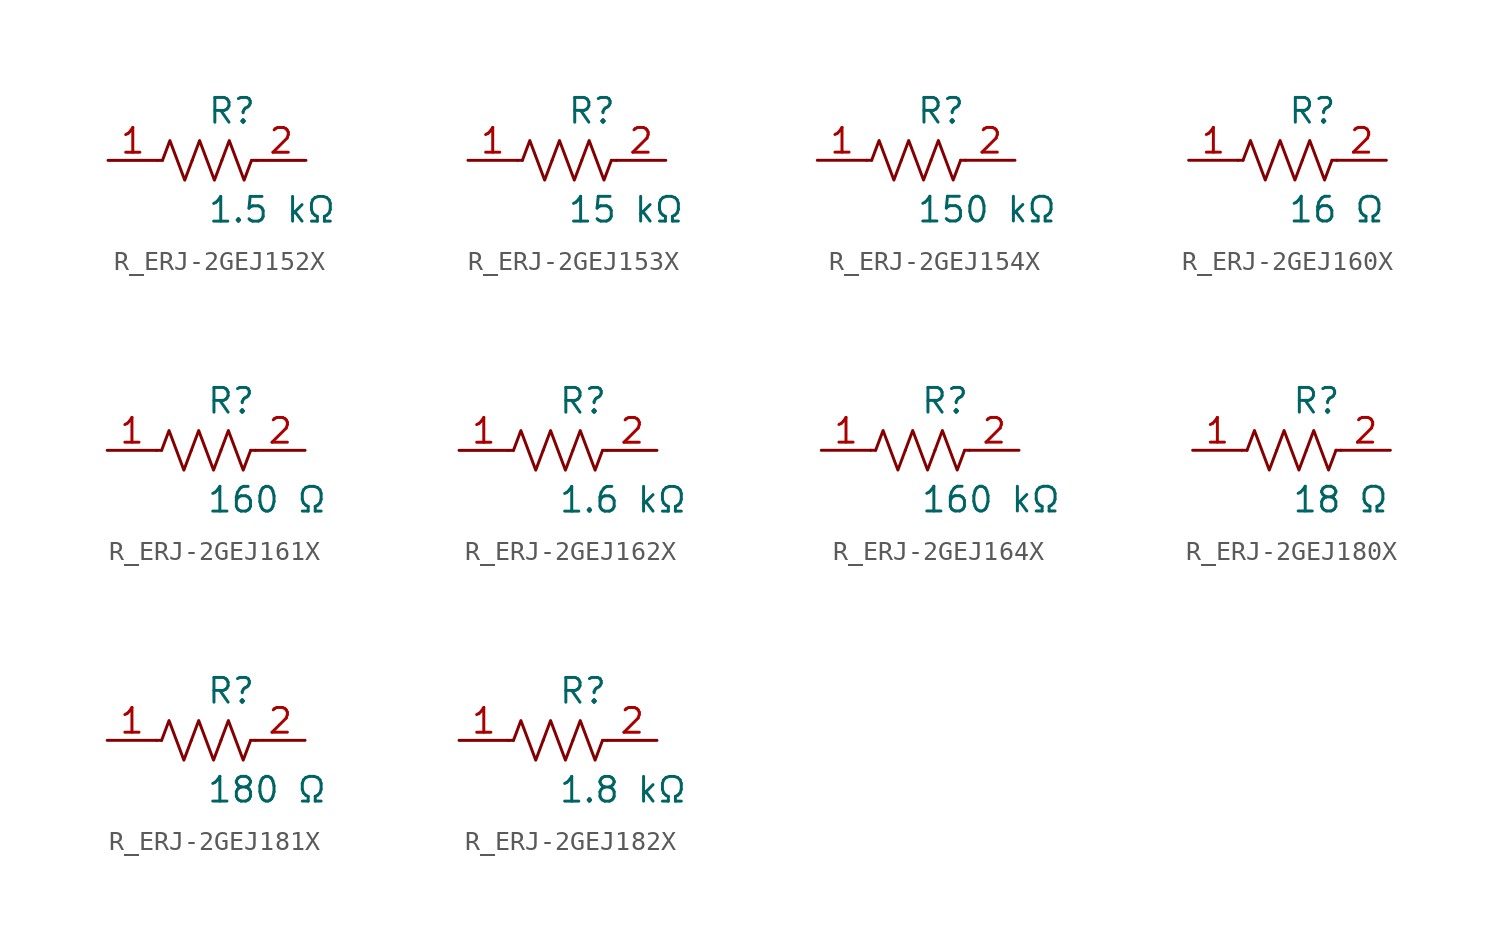
<source format=kicad_sym>
(kicad_symbol_lib
  (version 20231120)
  (generator kicad_symbol_editor)
  (generator_version 8.0)
  (symbol "R_ERJ-2GEJ152X"
    (pin_names
      (offset 0.254))
    (property "Reference" "R"
      (at 0.0 2.54 0)
      (effects (font (size 1.27 1.27)) (justify left)))
    (property "Value" "1.5 kΩ"
      (at 0.0 -2.54 0)
      (effects (font (size 1.27 1.27)) (justify left)))
    (symbol "R_ERJ-2GEJ152X_0_1"
      (polyline (pts (xy 2.286 0) (xy 2.54 0)) (stroke (width 0) (type default)) (fill (type none)))
      (polyline (pts (xy -2.286 0) (xy -2.54 0)) (stroke (width 0) (type default)) (fill (type none)))
      (polyline (pts (xy 0.762 0) (xy 1.143 1.016) (xy 1.524 0) (xy 1.905 -1.016) (xy 2.286 0)) (stroke (width 0) (type default)) (fill (type none)))
      (polyline (pts (xy -0.762 0) (xy -0.381 1.016) (xy 0 0) (xy 0.381 -1.016) (xy 0.762 0)) (stroke (width 0) (type default)) (fill (type none)))
      (polyline (pts (xy -2.286 0) (xy -1.905 1.016) (xy -1.524 0) (xy -1.143 -1.016) (xy -0.762 0)) (stroke (width 0) (type default)) (fill (type none))))
    (pin unspecified line
      (at -5.08 0 0)
      (length 2.54)
      (name "" (effects (font (size 1.27 1.27))))
      (number "1" (effects (font (size 1.27 1.27)))))
    (pin unspecified line
      (at 5.08 0 180)
      (length 2.54)
      (name "" (effects (font (size 1.27 1.27))))
      (number "2" (effects (font (size 1.27 1.27))))))
  (symbol "R_ERJ-2GEJ153X"
    (pin_names
      (offset 0.254))
    (property "Reference" "R"
      (at 0.0 2.54 0)
      (effects (font (size 1.27 1.27)) (justify left)))
    (property "Value" "15 kΩ"
      (at 0.0 -2.54 0)
      (effects (font (size 1.27 1.27)) (justify left)))
    (symbol "R_ERJ-2GEJ153X_0_1"
      (polyline (pts (xy 2.286 0) (xy 2.54 0)) (stroke (width 0) (type default)) (fill (type none)))
      (polyline (pts (xy -2.286 0) (xy -2.54 0)) (stroke (width 0) (type default)) (fill (type none)))
      (polyline (pts (xy 0.762 0) (xy 1.143 1.016) (xy 1.524 0) (xy 1.905 -1.016) (xy 2.286 0)) (stroke (width 0) (type default)) (fill (type none)))
      (polyline (pts (xy -0.762 0) (xy -0.381 1.016) (xy 0 0) (xy 0.381 -1.016) (xy 0.762 0)) (stroke (width 0) (type default)) (fill (type none)))
      (polyline (pts (xy -2.286 0) (xy -1.905 1.016) (xy -1.524 0) (xy -1.143 -1.016) (xy -0.762 0)) (stroke (width 0) (type default)) (fill (type none))))
    (pin unspecified line
      (at -5.08 0 0)
      (length 2.54)
      (name "" (effects (font (size 1.27 1.27))))
      (number "1" (effects (font (size 1.27 1.27)))))
    (pin unspecified line
      (at 5.08 0 180)
      (length 2.54)
      (name "" (effects (font (size 1.27 1.27))))
      (number "2" (effects (font (size 1.27 1.27))))))
  (symbol "R_ERJ-2GEJ154X"
    (pin_names
      (offset 0.254))
    (property "Reference" "R"
      (at 0.0 2.54 0)
      (effects (font (size 1.27 1.27)) (justify left)))
    (property "Value" "150 kΩ"
      (at 0.0 -2.54 0)
      (effects (font (size 1.27 1.27)) (justify left)))
    (symbol "R_ERJ-2GEJ154X_0_1"
      (polyline (pts (xy 2.286 0) (xy 2.54 0)) (stroke (width 0) (type default)) (fill (type none)))
      (polyline (pts (xy -2.286 0) (xy -2.54 0)) (stroke (width 0) (type default)) (fill (type none)))
      (polyline (pts (xy 0.762 0) (xy 1.143 1.016) (xy 1.524 0) (xy 1.905 -1.016) (xy 2.286 0)) (stroke (width 0) (type default)) (fill (type none)))
      (polyline (pts (xy -0.762 0) (xy -0.381 1.016) (xy 0 0) (xy 0.381 -1.016) (xy 0.762 0)) (stroke (width 0) (type default)) (fill (type none)))
      (polyline (pts (xy -2.286 0) (xy -1.905 1.016) (xy -1.524 0) (xy -1.143 -1.016) (xy -0.762 0)) (stroke (width 0) (type default)) (fill (type none))))
    (pin unspecified line
      (at -5.08 0 0)
      (length 2.54)
      (name "" (effects (font (size 1.27 1.27))))
      (number "1" (effects (font (size 1.27 1.27)))))
    (pin unspecified line
      (at 5.08 0 180)
      (length 2.54)
      (name "" (effects (font (size 1.27 1.27))))
      (number "2" (effects (font (size 1.27 1.27))))))
  (symbol "R_ERJ-2GEJ160X"
    (pin_names
      (offset 0.254))
    (property "Reference" "R"
      (at 0.0 2.54 0)
      (effects (font (size 1.27 1.27)) (justify left)))
    (property "Value" "16 Ω"
      (at 0.0 -2.54 0)
      (effects (font (size 1.27 1.27)) (justify left)))
    (symbol "R_ERJ-2GEJ160X_0_1"
      (polyline (pts (xy 2.286 0) (xy 2.54 0)) (stroke (width 0) (type default)) (fill (type none)))
      (polyline (pts (xy -2.286 0) (xy -2.54 0)) (stroke (width 0) (type default)) (fill (type none)))
      (polyline (pts (xy 0.762 0) (xy 1.143 1.016) (xy 1.524 0) (xy 1.905 -1.016) (xy 2.286 0)) (stroke (width 0) (type default)) (fill (type none)))
      (polyline (pts (xy -0.762 0) (xy -0.381 1.016) (xy 0 0) (xy 0.381 -1.016) (xy 0.762 0)) (stroke (width 0) (type default)) (fill (type none)))
      (polyline (pts (xy -2.286 0) (xy -1.905 1.016) (xy -1.524 0) (xy -1.143 -1.016) (xy -0.762 0)) (stroke (width 0) (type default)) (fill (type none))))
    (pin unspecified line
      (at -5.08 0 0)
      (length 2.54)
      (name "" (effects (font (size 1.27 1.27))))
      (number "1" (effects (font (size 1.27 1.27)))))
    (pin unspecified line
      (at 5.08 0 180)
      (length 2.54)
      (name "" (effects (font (size 1.27 1.27))))
      (number "2" (effects (font (size 1.27 1.27))))))
  (symbol "R_ERJ-2GEJ161X"
    (pin_names
      (offset 0.254))
    (property "Reference" "R"
      (at 0.0 2.54 0)
      (effects (font (size 1.27 1.27)) (justify left)))
    (property "Value" "160 Ω"
      (at 0.0 -2.54 0)
      (effects (font (size 1.27 1.27)) (justify left)))
    (symbol "R_ERJ-2GEJ161X_0_1"
      (polyline (pts (xy 2.286 0) (xy 2.54 0)) (stroke (width 0) (type default)) (fill (type none)))
      (polyline (pts (xy -2.286 0) (xy -2.54 0)) (stroke (width 0) (type default)) (fill (type none)))
      (polyline (pts (xy 0.762 0) (xy 1.143 1.016) (xy 1.524 0) (xy 1.905 -1.016) (xy 2.286 0)) (stroke (width 0) (type default)) (fill (type none)))
      (polyline (pts (xy -0.762 0) (xy -0.381 1.016) (xy 0 0) (xy 0.381 -1.016) (xy 0.762 0)) (stroke (width 0) (type default)) (fill (type none)))
      (polyline (pts (xy -2.286 0) (xy -1.905 1.016) (xy -1.524 0) (xy -1.143 -1.016) (xy -0.762 0)) (stroke (width 0) (type default)) (fill (type none))))
    (pin unspecified line
      (at -5.08 0 0)
      (length 2.54)
      (name "" (effects (font (size 1.27 1.27))))
      (number "1" (effects (font (size 1.27 1.27)))))
    (pin unspecified line
      (at 5.08 0 180)
      (length 2.54)
      (name "" (effects (font (size 1.27 1.27))))
      (number "2" (effects (font (size 1.27 1.27))))))
  (symbol "R_ERJ-2GEJ162X"
    (pin_names
      (offset 0.254))
    (property "Reference" "R"
      (at 0.0 2.54 0)
      (effects (font (size 1.27 1.27)) (justify left)))
    (property "Value" "1.6 kΩ"
      (at 0.0 -2.54 0)
      (effects (font (size 1.27 1.27)) (justify left)))
    (symbol "R_ERJ-2GEJ162X_0_1"
      (polyline (pts (xy 2.286 0) (xy 2.54 0)) (stroke (width 0) (type default)) (fill (type none)))
      (polyline (pts (xy -2.286 0) (xy -2.54 0)) (stroke (width 0) (type default)) (fill (type none)))
      (polyline (pts (xy 0.762 0) (xy 1.143 1.016) (xy 1.524 0) (xy 1.905 -1.016) (xy 2.286 0)) (stroke (width 0) (type default)) (fill (type none)))
      (polyline (pts (xy -0.762 0) (xy -0.381 1.016) (xy 0 0) (xy 0.381 -1.016) (xy 0.762 0)) (stroke (width 0) (type default)) (fill (type none)))
      (polyline (pts (xy -2.286 0) (xy -1.905 1.016) (xy -1.524 0) (xy -1.143 -1.016) (xy -0.762 0)) (stroke (width 0) (type default)) (fill (type none))))
    (pin unspecified line
      (at -5.08 0 0)
      (length 2.54)
      (name "" (effects (font (size 1.27 1.27))))
      (number "1" (effects (font (size 1.27 1.27)))))
    (pin unspecified line
      (at 5.08 0 180)
      (length 2.54)
      (name "" (effects (font (size 1.27 1.27))))
      (number "2" (effects (font (size 1.27 1.27))))))
  (symbol "R_ERJ-2GEJ164X"
    (pin_names
      (offset 0.254))
    (property "Reference" "R"
      (at 0.0 2.54 0)
      (effects (font (size 1.27 1.27)) (justify left)))
    (property "Value" "160 kΩ"
      (at 0.0 -2.54 0)
      (effects (font (size 1.27 1.27)) (justify left)))
    (symbol "R_ERJ-2GEJ164X_0_1"
      (polyline (pts (xy 2.286 0) (xy 2.54 0)) (stroke (width 0) (type default)) (fill (type none)))
      (polyline (pts (xy -2.286 0) (xy -2.54 0)) (stroke (width 0) (type default)) (fill (type none)))
      (polyline (pts (xy 0.762 0) (xy 1.143 1.016) (xy 1.524 0) (xy 1.905 -1.016) (xy 2.286 0)) (stroke (width 0) (type default)) (fill (type none)))
      (polyline (pts (xy -0.762 0) (xy -0.381 1.016) (xy 0 0) (xy 0.381 -1.016) (xy 0.762 0)) (stroke (width 0) (type default)) (fill (type none)))
      (polyline (pts (xy -2.286 0) (xy -1.905 1.016) (xy -1.524 0) (xy -1.143 -1.016) (xy -0.762 0)) (stroke (width 0) (type default)) (fill (type none))))
    (pin unspecified line
      (at -5.08 0 0)
      (length 2.54)
      (name "" (effects (font (size 1.27 1.27))))
      (number "1" (effects (font (size 1.27 1.27)))))
    (pin unspecified line
      (at 5.08 0 180)
      (length 2.54)
      (name "" (effects (font (size 1.27 1.27))))
      (number "2" (effects (font (size 1.27 1.27))))))
  (symbol "R_ERJ-2GEJ180X"
    (pin_names
      (offset 0.254))
    (property "Reference" "R"
      (at 0.0 2.54 0)
      (effects (font (size 1.27 1.27)) (justify left)))
    (property "Value" "18 Ω"
      (at 0.0 -2.54 0)
      (effects (font (size 1.27 1.27)) (justify left)))
    (symbol "R_ERJ-2GEJ180X_0_1"
      (polyline (pts (xy 2.286 0) (xy 2.54 0)) (stroke (width 0) (type default)) (fill (type none)))
      (polyline (pts (xy -2.286 0) (xy -2.54 0)) (stroke (width 0) (type default)) (fill (type none)))
      (polyline (pts (xy 0.762 0) (xy 1.143 1.016) (xy 1.524 0) (xy 1.905 -1.016) (xy 2.286 0)) (stroke (width 0) (type default)) (fill (type none)))
      (polyline (pts (xy -0.762 0) (xy -0.381 1.016) (xy 0 0) (xy 0.381 -1.016) (xy 0.762 0)) (stroke (width 0) (type default)) (fill (type none)))
      (polyline (pts (xy -2.286 0) (xy -1.905 1.016) (xy -1.524 0) (xy -1.143 -1.016) (xy -0.762 0)) (stroke (width 0) (type default)) (fill (type none))))
    (pin unspecified line
      (at -5.08 0 0)
      (length 2.54)
      (name "" (effects (font (size 1.27 1.27))))
      (number "1" (effects (font (size 1.27 1.27)))))
    (pin unspecified line
      (at 5.08 0 180)
      (length 2.54)
      (name "" (effects (font (size 1.27 1.27))))
      (number "2" (effects (font (size 1.27 1.27))))))
  (symbol "R_ERJ-2GEJ181X"
    (pin_names
      (offset 0.254))
    (property "Reference" "R"
      (at 0.0 2.54 0)
      (effects (font (size 1.27 1.27)) (justify left)))
    (property "Value" "180 Ω"
      (at 0.0 -2.54 0)
      (effects (font (size 1.27 1.27)) (justify left)))
    (symbol "R_ERJ-2GEJ181X_0_1"
      (polyline (pts (xy 2.286 0) (xy 2.54 0)) (stroke (width 0) (type default)) (fill (type none)))
      (polyline (pts (xy -2.286 0) (xy -2.54 0)) (stroke (width 0) (type default)) (fill (type none)))
      (polyline (pts (xy 0.762 0) (xy 1.143 1.016) (xy 1.524 0) (xy 1.905 -1.016) (xy 2.286 0)) (stroke (width 0) (type default)) (fill (type none)))
      (polyline (pts (xy -0.762 0) (xy -0.381 1.016) (xy 0 0) (xy 0.381 -1.016) (xy 0.762 0)) (stroke (width 0) (type default)) (fill (type none)))
      (polyline (pts (xy -2.286 0) (xy -1.905 1.016) (xy -1.524 0) (xy -1.143 -1.016) (xy -0.762 0)) (stroke (width 0) (type default)) (fill (type none))))
    (pin unspecified line
      (at -5.08 0 0)
      (length 2.54)
      (name "" (effects (font (size 1.27 1.27))))
      (number "1" (effects (font (size 1.27 1.27)))))
    (pin unspecified line
      (at 5.08 0 180)
      (length 2.54)
      (name "" (effects (font (size 1.27 1.27))))
      (number "2" (effects (font (size 1.27 1.27))))))
  (symbol "R_ERJ-2GEJ182X"
    (pin_names
      (offset 0.254))
    (property "Reference" "R"
      (at 0.0 2.54 0)
      (effects (font (size 1.27 1.27)) (justify left)))
    (property "Value" "1.8 kΩ"
      (at 0.0 -2.54 0)
      (effects (font (size 1.27 1.27)) (justify left)))
    (symbol "R_ERJ-2GEJ182X_0_1"
      (polyline (pts (xy 2.286 0) (xy 2.54 0)) (stroke (width 0) (type default)) (fill (type none)))
      (polyline (pts (xy -2.286 0) (xy -2.54 0)) (stroke (width 0) (type default)) (fill (type none)))
      (polyline (pts (xy 0.762 0) (xy 1.143 1.016) (xy 1.524 0) (xy 1.905 -1.016) (xy 2.286 0)) (stroke (width 0) (type default)) (fill (type none)))
      (polyline (pts (xy -0.762 0) (xy -0.381 1.016) (xy 0 0) (xy 0.381 -1.016) (xy 0.762 0)) (stroke (width 0) (type default)) (fill (type none)))
      (polyline (pts (xy -2.286 0) (xy -1.905 1.016) (xy -1.524 0) (xy -1.143 -1.016) (xy -0.762 0)) (stroke (width 0) (type default)) (fill (type none))))
    (pin unspecified line
      (at -5.08 0 0)
      (length 2.54)
      (name "" (effects (font (size 1.27 1.27))))
      (number "1" (effects (font (size 1.27 1.27)))))
    (pin unspecified line
      (at 5.08 0 180)
      (length 2.54)
      (name "" (effects (font (size 1.27 1.27))))
      (number "2" (effects (font (size 1.27 1.27)))))))
</source>
